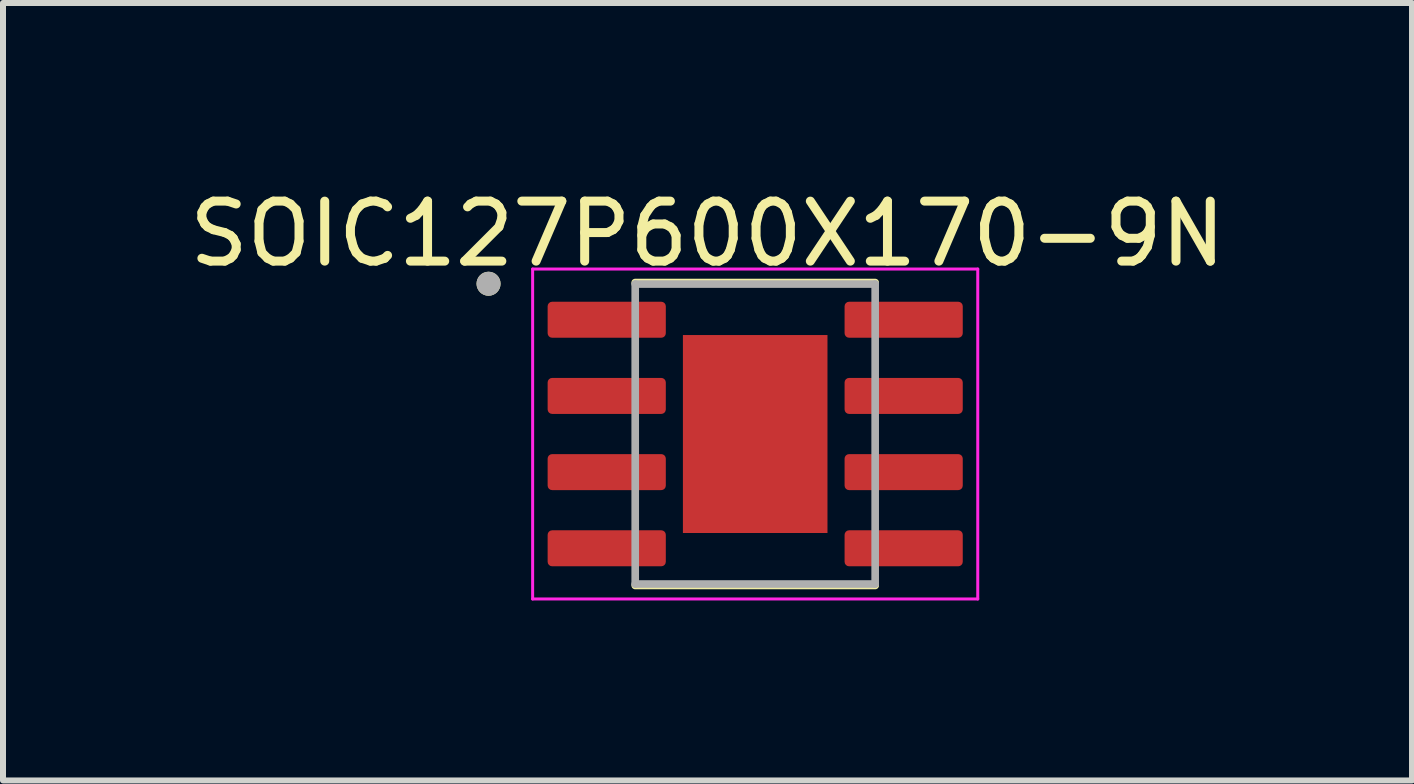
<source format=kicad_pcb>
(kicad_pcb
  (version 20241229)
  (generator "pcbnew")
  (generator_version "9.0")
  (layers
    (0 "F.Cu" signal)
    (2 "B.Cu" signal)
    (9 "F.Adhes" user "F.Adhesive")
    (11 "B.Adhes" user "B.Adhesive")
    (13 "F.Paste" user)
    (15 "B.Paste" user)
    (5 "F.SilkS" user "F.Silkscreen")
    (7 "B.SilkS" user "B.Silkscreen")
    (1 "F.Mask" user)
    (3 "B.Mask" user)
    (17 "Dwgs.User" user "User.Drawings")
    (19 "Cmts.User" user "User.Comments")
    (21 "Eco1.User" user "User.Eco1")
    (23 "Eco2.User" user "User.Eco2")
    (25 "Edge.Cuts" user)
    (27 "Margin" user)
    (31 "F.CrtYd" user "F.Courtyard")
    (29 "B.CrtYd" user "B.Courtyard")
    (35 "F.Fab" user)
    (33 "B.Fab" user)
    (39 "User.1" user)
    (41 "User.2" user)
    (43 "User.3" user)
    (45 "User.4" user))
  (footprint "SOIC127P600X170-9N"
    (layer "F.Cu")
    (at 9.539 4.185)
    (property "Reference" "SOIC127P600X170-9N" (at -0.795 -3.337 0) (layer "F.SilkS") (effects (font (size 1 1) (thickness 0.15))))
    (attr smd)
    (fp_line (start -2 -2.525) (end 2 -2.525) (stroke (width 0.127) (type solid)) (layer "F.SilkS"))
    (fp_line (start -2 2.525) (end 2 2.525) (stroke (width 0.127) (type solid)) (layer "F.SilkS"))
    (fp_circle (center -4.445 -2.505) (end -4.345 -2.505) (stroke (width 0.2) (type solid)) (fill no) (layer "F.SilkS"))
    (fp_poly (pts (xy -0.935 -1.375) (xy -0.135 -1.375) (xy -0.135 -0.135) (xy -0.935 -0.135)) (stroke (width 0.01) (type solid)) (fill yes) (layer "F.Paste"))
    (fp_poly (pts (xy -0.935 0.135) (xy -0.135 0.135) (xy -0.135 1.375) (xy -0.935 1.375)) (stroke (width 0.01) (type solid)) (fill yes) (layer "F.Paste"))
    (fp_poly (pts (xy 0.135 -1.375) (xy 0.935 -1.375) (xy 0.935 -0.135) (xy 0.135 -0.135)) (stroke (width 0.01) (type solid)) (fill yes) (layer "F.Paste"))
    (fp_poly (pts (xy 0.135 0.135) (xy 0.935 0.135) (xy 0.935 1.375) (xy 0.135 1.375)) (stroke (width 0.01) (type solid)) (fill yes) (layer "F.Paste"))
    (fp_line (start -3.71 -2.75) (end -3.71 2.75) (stroke (width 0.05) (type solid)) (layer "F.CrtYd"))
    (fp_line (start -3.71 -2.75) (end 3.71 -2.75) (stroke (width 0.05) (type solid)) (layer "F.CrtYd"))
    (fp_line (start -3.71 2.75) (end 3.71 2.75) (stroke (width 0.05) (type solid)) (layer "F.CrtYd"))
    (fp_line (start 3.71 -2.75) (end 3.71 2.75) (stroke (width 0.05) (type solid)) (layer "F.CrtYd"))
    (fp_line (start -2 -2.5) (end -2 2.5) (stroke (width 0.127) (type solid)) (layer "F.Fab"))
    (fp_line (start -2 -2.5) (end 2 -2.5) (stroke (width 0.127) (type solid)) (layer "F.Fab"))
    (fp_line (start -2 2.5) (end 2 2.5) (stroke (width 0.127) (type solid)) (layer "F.Fab"))
    (fp_line (start 2 -2.5) (end 2 2.5) (stroke (width 0.127) (type solid)) (layer "F.Fab"))
    (fp_circle (center -4.445 -2.505) (end -4.345 -2.505) (stroke (width 0.2) (type solid)) (fill no) (layer "F.Fab"))
    (pad "1" smd roundrect (at -2.475 -1.905) (size 1.97 0.6) (layers "F.Cu" "F.Mask" "F.Paste") (roundrect_rratio 0.125))
    (pad "2" smd roundrect (at -2.475 -0.635) (size 1.97 0.6) (layers "F.Cu" "F.Mask" "F.Paste") (roundrect_rratio 0.125))
    (pad "3" smd roundrect (at -2.475 0.635) (size 1.97 0.6) (layers "F.Cu" "F.Mask" "F.Paste") (roundrect_rratio 0.125))
    (pad "4" smd roundrect (at -2.475 1.905) (size 1.97 0.6) (layers "F.Cu" "F.Mask" "F.Paste") (roundrect_rratio 0.125))
    (pad "5" smd roundrect (at 2.475 1.905) (size 1.97 0.6) (layers "F.Cu" "F.Mask" "F.Paste") (roundrect_rratio 0.125))
    (pad "6" smd roundrect (at 2.475 0.635) (size 1.97 0.6) (layers "F.Cu" "F.Mask" "F.Paste") (roundrect_rratio 0.125))
    (pad "7" smd roundrect (at 2.475 -0.635) (size 1.97 0.6) (layers "F.Cu" "F.Mask" "F.Paste") (roundrect_rratio 0.125))
    (pad "8" smd roundrect (at 2.475 -1.905) (size 1.97 0.6) (layers "F.Cu" "F.Mask" "F.Paste") (roundrect_rratio 0.125))
    (pad "9" smd rect (at 0 0) (size 2.41 3.3) (layers "F.Cu" "F.Mask")))
  (gr_rect
    (start -3 -3)
    (end 20.488 9.96)
    (stroke (width 0.1) (type default))
    (fill no)
    (layer "Edge.Cuts")))
</source>
